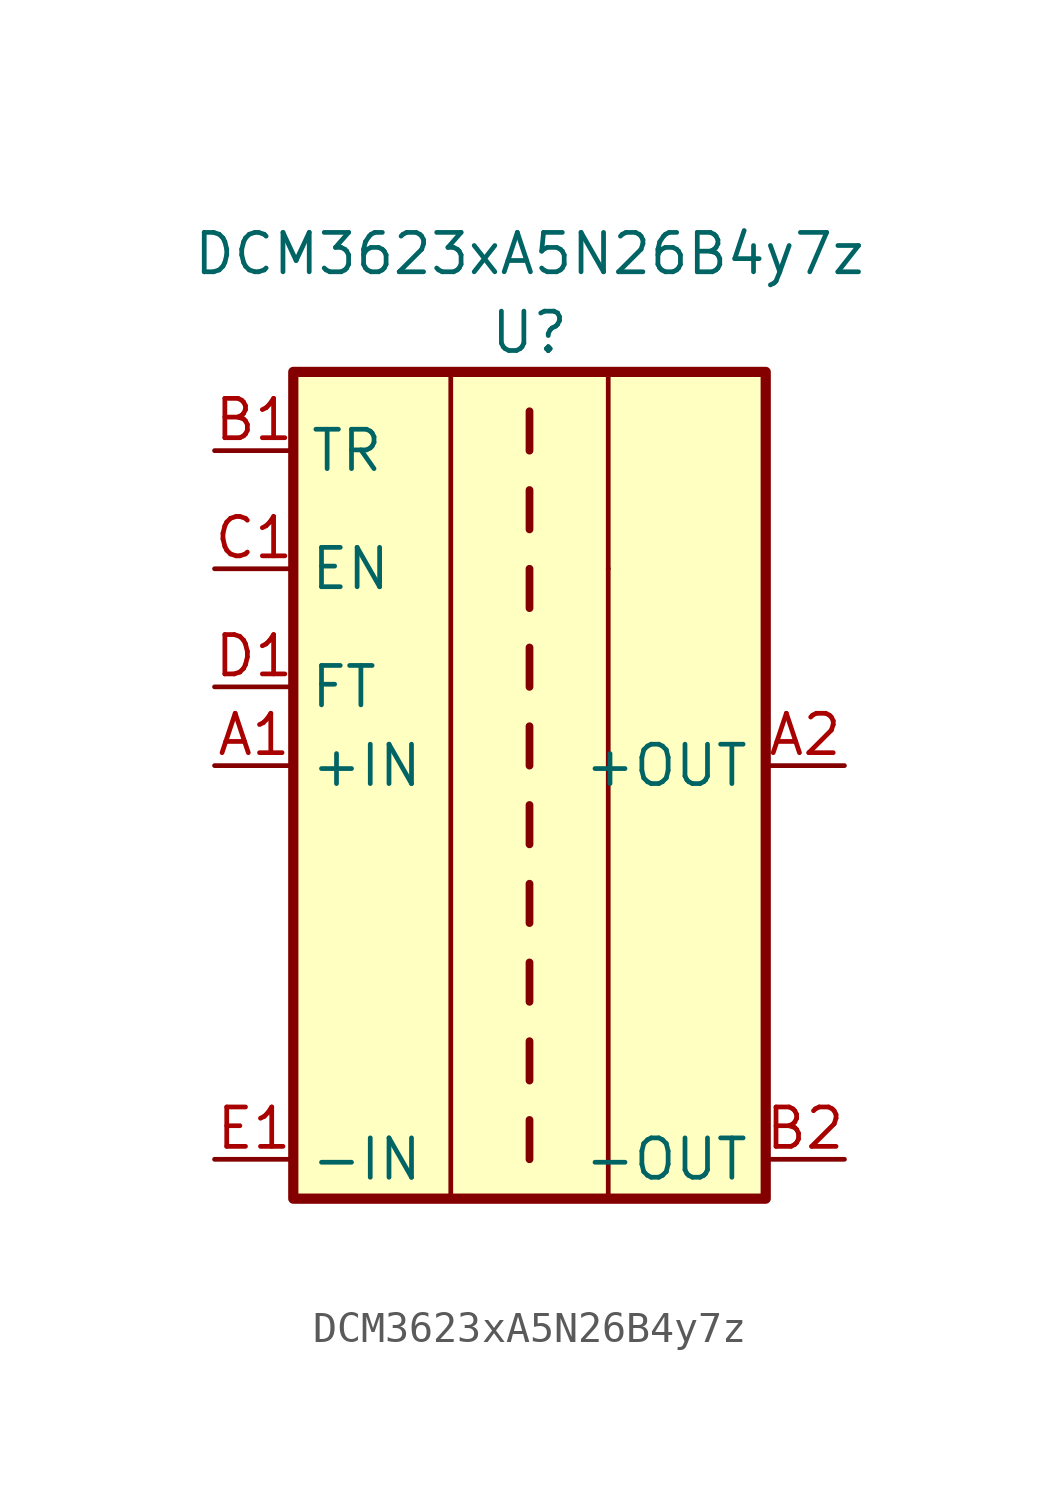
<source format=kicad_sym>
(kicad_symbol_lib
  (version 20211014)
  (generator kicad_symbol_editor)
  (symbol "DCM3623xA5N26B4y7z"
    (property "Reference" "U"
      (at 0 1.27 0)
      (effects (font (size 1.27 1.27))))
    (property "Value" "DCM3623xA5N26B4y7z"
      (at 0 3.81 0)
      (effects (font (size 1.27 1.27))))
    (symbol "DCM3623xA5N26B4y7z_0_1"
      (rectangle (start -7.62 0) (end 7.62 -26.67) (stroke (width 0.33) (type default) (color 0 0 0 0)) (fill (type background)))
      (rectangle (start -2.54 0) (end 2.54 -26.67) (stroke (width 0) (type default) (color 0 0 0 0)) (fill (type background)))
      (polyline (pts (xy 0 -24.13) (xy 0 -25.4)) (stroke (width 0.25) (type default) (color 0 0 0 0)) (fill (type none)))
      (polyline (pts (xy 0 -21.59) (xy 0 -22.86)) (stroke (width 0.25) (type default) (color 0 0 0 0)) (fill (type none)))
      (polyline (pts (xy 0 -19.05) (xy 0 -20.32)) (stroke (width 0.25) (type default) (color 0 0 0 0)) (fill (type none)))
      (polyline (pts (xy 0 -16.51) (xy 0 -17.78)) (stroke (width 0.25) (type default) (color 0 0 0 0)) (fill (type none)))
      (polyline (pts (xy 0 -13.97) (xy 0 -15.24)) (stroke (width 0.25) (type default) (color 0 0 0 0)) (fill (type none)))
      (polyline (pts (xy 0 -11.43) (xy 0 -12.7)) (stroke (width 0.25) (type default) (color 0 0 0 0)) (fill (type none)))
      (polyline (pts (xy 0 -8.89) (xy 0 -10.16)) (stroke (width 0.25) (type default) (color 0 0 0 0)) (fill (type none)))
      (polyline (pts (xy 0 -6.35) (xy 0 -7.62)) (stroke (width 0.25) (type default) (color 0 0 0 0)) (fill (type none)))
      (polyline (pts (xy 0 -3.81) (xy 0 -5.08)) (stroke (width 0.25) (type default) (color 0 0 0 0)) (fill (type none)))
      (polyline (pts (xy 0 -1.27) (xy 0 -2.54)) (stroke (width 0.25) (type default) (color 0 0 0 0)) (fill (type none)))
      (rectangle (start 2.54 -6.35) (end 2.54 -6.35) (stroke (width 0) (type default) (color 0 0 0 0)) (fill (type none))))
    (symbol "DCM3623xA5N26B4y7z_1_1"
      (pin input line (at -10.16 -12.7 0) (length 2.54) (name "+IN" (effects (font (size 1.27 1.27)))) (number "A1" (effects (font (size 1.27 1.27)))))
      (pin output line (at 10.16 -12.7 180) (length 2.54) (name "+OUT" (effects (font (size 1.27 1.27)))) (number "A2" (effects (font (size 1.27 1.27)))))
      (pin input line (at -10.16 -2.54 0) (length 2.54) (name "TR" (effects (font (size 1.27 1.27)))) (number "B1" (effects (font (size 1.27 1.27)))))
      (pin output line (at 10.16 -25.4 180) (length 2.54) (name "-OUT" (effects (font (size 1.27 1.27)))) (number "B2" (effects (font (size 1.27 1.27)))))
      (pin input line (at -10.16 -6.35 0) (length 2.54) (name "EN" (effects (font (size 1.27 1.27)))) (number "C1" (effects (font (size 1.27 1.27)))))
      (pin input line (at -10.16 -10.16 0) (length 2.54) (name "FT" (effects (font (size 1.27 1.27)))) (number "D1" (effects (font (size 1.27 1.27)))))
      (pin input line (at -10.16 -25.4 0) (length 2.54) (name "-IN" (effects (font (size 1.27 1.27)))) (number "E1" (effects (font (size 1.27 1.27))))))))
</source>
